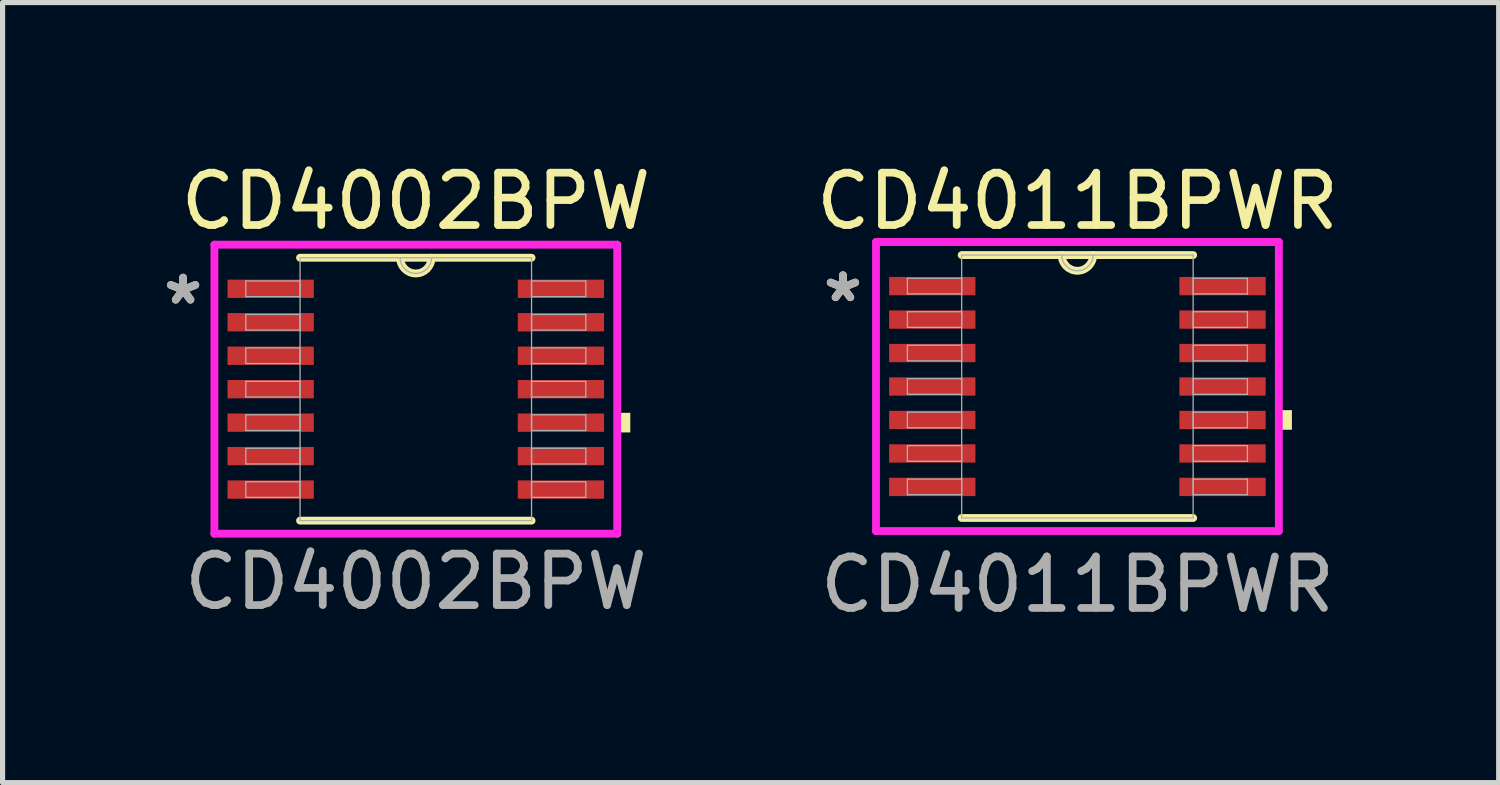
<source format=kicad_pcb>
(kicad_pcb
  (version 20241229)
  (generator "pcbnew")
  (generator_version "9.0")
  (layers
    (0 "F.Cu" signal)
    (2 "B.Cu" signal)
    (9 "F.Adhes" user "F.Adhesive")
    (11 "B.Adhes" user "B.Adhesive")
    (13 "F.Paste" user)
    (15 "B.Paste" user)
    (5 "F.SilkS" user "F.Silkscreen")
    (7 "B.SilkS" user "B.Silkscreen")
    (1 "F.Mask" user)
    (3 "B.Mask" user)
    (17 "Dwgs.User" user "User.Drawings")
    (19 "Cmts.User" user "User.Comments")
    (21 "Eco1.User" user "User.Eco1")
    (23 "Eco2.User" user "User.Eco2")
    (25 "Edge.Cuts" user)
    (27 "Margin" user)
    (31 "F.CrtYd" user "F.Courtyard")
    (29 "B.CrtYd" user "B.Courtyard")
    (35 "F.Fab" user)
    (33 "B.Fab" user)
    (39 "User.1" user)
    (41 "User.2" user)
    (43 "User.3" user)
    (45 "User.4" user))
  (footprint "CD4011BPWR"
    (layer "F.Cu")
    (at 17.876 4.457)
    (property "Reference" "CD4011BPWR" (at 0.002 -3.599 0) (unlocked yes) (layer "F.SilkS") (effects (font (size 1.016 1.016) (thickness 0.15))))
    (attr smd)
    (fp_line (start -2.248 2.553) (end 2.248 2.553) (stroke (width 0.152) (type solid)) (layer "F.SilkS"))
    (fp_line (start 2.248 -2.553) (end -2.248 -2.553) (stroke (width 0.152) (type solid)) (layer "F.SilkS"))
    (fp_arc (start 0.3048 -2.5527) (mid 0 -2.2479) (end -0.3048 -2.5527) (stroke (width 0.1524) (type solid)) (layer "F.SilkS"))
    (fp_poly (pts (xy 4.166 0.459) (xy 4.166 0.84) (xy 3.912 0.84) (xy 3.912 0.459)) (stroke (width 0) (type solid)) (fill yes) (layer "F.SilkS"))
    (fp_line (start -3.912 -2.807) (end 3.912 -2.807) (stroke (width 0.152) (type solid)) (layer "F.CrtYd"))
    (fp_line (start -3.912 2.807) (end -3.912 -2.807) (stroke (width 0.152) (type solid)) (layer "F.CrtYd"))
    (fp_line (start 3.912 -2.807) (end 3.912 2.807) (stroke (width 0.152) (type solid)) (layer "F.CrtYd"))
    (fp_line (start 3.912 2.807) (end -3.912 2.807) (stroke (width 0.152) (type solid)) (layer "F.CrtYd"))
    (fp_line (start -3.302 -2.102) (end -3.302 -1.798) (stroke (width 0.025) (type solid)) (layer "F.Fab"))
    (fp_line (start -3.302 -1.798) (end -2.248 -1.798) (stroke (width 0.025) (type solid)) (layer "F.Fab"))
    (fp_line (start -3.302 -1.452) (end -3.302 -1.148) (stroke (width 0.025) (type solid)) (layer "F.Fab"))
    (fp_line (start -3.302 -1.148) (end -2.248 -1.148) (stroke (width 0.025) (type solid)) (layer "F.Fab"))
    (fp_line (start -3.302 -0.802) (end -3.302 -0.498) (stroke (width 0.025) (type solid)) (layer "F.Fab"))
    (fp_line (start -3.302 -0.498) (end -2.248 -0.498) (stroke (width 0.025) (type solid)) (layer "F.Fab"))
    (fp_line (start -3.302 -0.152) (end -3.302 0.152) (stroke (width 0.025) (type solid)) (layer "F.Fab"))
    (fp_line (start -3.302 0.152) (end -2.248 0.152) (stroke (width 0.025) (type solid)) (layer "F.Fab"))
    (fp_line (start -3.302 0.498) (end -3.302 0.802) (stroke (width 0.025) (type solid)) (layer "F.Fab"))
    (fp_line (start -3.302 0.802) (end -2.248 0.802) (stroke (width 0.025) (type solid)) (layer "F.Fab"))
    (fp_line (start -3.302 1.148) (end -3.302 1.452) (stroke (width 0.025) (type solid)) (layer "F.Fab"))
    (fp_line (start -3.302 1.452) (end -2.248 1.452) (stroke (width 0.025) (type solid)) (layer "F.Fab"))
    (fp_line (start -3.302 1.798) (end -3.302 2.102) (stroke (width 0.025) (type solid)) (layer "F.Fab"))
    (fp_line (start -3.302 2.102) (end -2.248 2.102) (stroke (width 0.025) (type solid)) (layer "F.Fab"))
    (fp_line (start -2.248 -2.553) (end -2.248 2.553) (stroke (width 0.025) (type solid)) (layer "F.Fab"))
    (fp_line (start -2.248 -2.102) (end -3.302 -2.102) (stroke (width 0.025) (type solid)) (layer "F.Fab"))
    (fp_line (start -2.248 -1.798) (end -2.248 -2.102) (stroke (width 0.025) (type solid)) (layer "F.Fab"))
    (fp_line (start -2.248 -1.452) (end -3.302 -1.452) (stroke (width 0.025) (type solid)) (layer "F.Fab"))
    (fp_line (start -2.248 -1.148) (end -2.248 -1.452) (stroke (width 0.025) (type solid)) (layer "F.Fab"))
    (fp_line (start -2.248 -0.802) (end -3.302 -0.802) (stroke (width 0.025) (type solid)) (layer "F.Fab"))
    (fp_line (start -2.248 -0.498) (end -2.248 -0.802) (stroke (width 0.025) (type solid)) (layer "F.Fab"))
    (fp_line (start -2.248 -0.152) (end -3.302 -0.152) (stroke (width 0.025) (type solid)) (layer "F.Fab"))
    (fp_line (start -2.248 0.152) (end -2.248 -0.152) (stroke (width 0.025) (type solid)) (layer "F.Fab"))
    (fp_line (start -2.248 0.498) (end -3.302 0.498) (stroke (width 0.025) (type solid)) (layer "F.Fab"))
    (fp_line (start -2.248 0.802) (end -2.248 0.498) (stroke (width 0.025) (type solid)) (layer "F.Fab"))
    (fp_line (start -2.248 1.148) (end -3.302 1.148) (stroke (width 0.025) (type solid)) (layer "F.Fab"))
    (fp_line (start -2.248 1.452) (end -2.248 1.148) (stroke (width 0.025) (type solid)) (layer "F.Fab"))
    (fp_line (start -2.248 1.798) (end -3.302 1.798) (stroke (width 0.025) (type solid)) (layer "F.Fab"))
    (fp_line (start -2.248 2.102) (end -2.248 1.798) (stroke (width 0.025) (type solid)) (layer "F.Fab"))
    (fp_line (start -2.248 2.553) (end 2.248 2.553) (stroke (width 0.025) (type solid)) (layer "F.Fab"))
    (fp_line (start 2.248 -2.553) (end -2.248 -2.553) (stroke (width 0.025) (type solid)) (layer "F.Fab"))
    (fp_line (start 2.248 -2.102) (end 2.248 -1.798) (stroke (width 0.025) (type solid)) (layer "F.Fab"))
    (fp_line (start 2.248 -1.798) (end 3.302 -1.798) (stroke (width 0.025) (type solid)) (layer "F.Fab"))
    (fp_line (start 2.248 -1.452) (end 2.248 -1.148) (stroke (width 0.025) (type solid)) (layer "F.Fab"))
    (fp_line (start 2.248 -1.148) (end 3.302 -1.148) (stroke (width 0.025) (type solid)) (layer "F.Fab"))
    (fp_line (start 2.248 -0.802) (end 2.248 -0.498) (stroke (width 0.025) (type solid)) (layer "F.Fab"))
    (fp_line (start 2.248 -0.498) (end 3.302 -0.498) (stroke (width 0.025) (type solid)) (layer "F.Fab"))
    (fp_line (start 2.248 -0.152) (end 2.248 0.152) (stroke (width 0.025) (type solid)) (layer "F.Fab"))
    (fp_line (start 2.248 0.152) (end 3.302 0.152) (stroke (width 0.025) (type solid)) (layer "F.Fab"))
    (fp_line (start 2.248 0.498) (end 2.248 0.802) (stroke (width 0.025) (type solid)) (layer "F.Fab"))
    (fp_line (start 2.248 0.802) (end 3.302 0.802) (stroke (width 0.025) (type solid)) (layer "F.Fab"))
    (fp_line (start 2.248 1.148) (end 2.248 1.452) (stroke (width 0.025) (type solid)) (layer "F.Fab"))
    (fp_line (start 2.248 1.452) (end 3.302 1.452) (stroke (width 0.025) (type solid)) (layer "F.Fab"))
    (fp_line (start 2.248 1.798) (end 2.248 2.102) (stroke (width 0.025) (type solid)) (layer "F.Fab"))
    (fp_line (start 2.248 2.102) (end 3.302 2.102) (stroke (width 0.025) (type solid)) (layer "F.Fab"))
    (fp_line (start 2.248 2.553) (end 2.248 -2.553) (stroke (width 0.025) (type solid)) (layer "F.Fab"))
    (fp_line (start 3.302 -2.102) (end 2.248 -2.102) (stroke (width 0.025) (type solid)) (layer "F.Fab"))
    (fp_line (start 3.302 -1.798) (end 3.302 -2.102) (stroke (width 0.025) (type solid)) (layer "F.Fab"))
    (fp_line (start 3.302 -1.452) (end 2.248 -1.452) (stroke (width 0.025) (type solid)) (layer "F.Fab"))
    (fp_line (start 3.302 -1.148) (end 3.302 -1.452) (stroke (width 0.025) (type solid)) (layer "F.Fab"))
    (fp_line (start 3.302 -0.802) (end 2.248 -0.802) (stroke (width 0.025) (type solid)) (layer "F.Fab"))
    (fp_line (start 3.302 -0.498) (end 3.302 -0.802) (stroke (width 0.025) (type solid)) (layer "F.Fab"))
    (fp_line (start 3.302 -0.152) (end 2.248 -0.152) (stroke (width 0.025) (type solid)) (layer "F.Fab"))
    (fp_line (start 3.302 0.152) (end 3.302 -0.152) (stroke (width 0.025) (type solid)) (layer "F.Fab"))
    (fp_line (start 3.302 0.498) (end 2.248 0.498) (stroke (width 0.025) (type solid)) (layer "F.Fab"))
    (fp_line (start 3.302 0.802) (end 3.302 0.498) (stroke (width 0.025) (type solid)) (layer "F.Fab"))
    (fp_line (start 3.302 1.148) (end 2.248 1.148) (stroke (width 0.025) (type solid)) (layer "F.Fab"))
    (fp_line (start 3.302 1.452) (end 3.302 1.148) (stroke (width 0.025) (type solid)) (layer "F.Fab"))
    (fp_line (start 3.302 1.798) (end 2.248 1.798) (stroke (width 0.025) (type solid)) (layer "F.Fab"))
    (fp_line (start 3.302 2.102) (end 3.302 1.798) (stroke (width 0.025) (type solid)) (layer "F.Fab"))
    (fp_arc (start 0.3048 -2.5527) (mid 0 -2.2479) (end -0.3048 -2.5527) (stroke (width 0.0254) (type solid)) (layer "F.Fab"))
    (fp_text user "*" (at -4.554 -1.617 0) (layer "F.SilkS") (effects (font (size 1 1) (thickness 0.15))))
    (fp_text user "*" (at -4.554 -1.617 0) (layer "F.Fab") (effects (font (size 1 1) (thickness 0.15))))
    (fp_text user "${REFERENCE}" (at 0.002 3.846 0) (unlocked yes) (layer "F.Fab") (effects (font (size 1 1) (thickness 0.15))))
    (pad "1" smd rect (at -2.819 -1.95) (size 1.676 0.356) (layers "F.Cu" "F.Mask" "F.Paste"))
    (pad "2" smd rect (at -2.819 -1.3) (size 1.676 0.356) (layers "F.Cu" "F.Mask" "F.Paste"))
    (pad "3" smd rect (at -2.819 -0.65) (size 1.676 0.356) (layers "F.Cu" "F.Mask" "F.Paste"))
    (pad "4" smd rect (at -2.819 0) (size 1.676 0.356) (layers "F.Cu" "F.Mask" "F.Paste"))
    (pad "5" smd rect (at -2.819 0.65) (size 1.676 0.356) (layers "F.Cu" "F.Mask" "F.Paste"))
    (pad "6" smd rect (at -2.819 1.3) (size 1.676 0.356) (layers "F.Cu" "F.Mask" "F.Paste"))
    (pad "7" smd rect (at -2.819 1.95) (size 1.676 0.356) (layers "F.Cu" "F.Mask" "F.Paste"))
    (pad "8" smd rect (at 2.819 1.95) (size 1.676 0.356) (layers "F.Cu" "F.Mask" "F.Paste"))
    (pad "9" smd rect (at 2.819 1.3) (size 1.676 0.356) (layers "F.Cu" "F.Mask" "F.Paste"))
    (pad "10" smd rect (at 2.819 0.65) (size 1.676 0.356) (layers "F.Cu" "F.Mask" "F.Paste"))
    (pad "11" smd rect (at 2.819 0) (size 1.676 0.356) (layers "F.Cu" "F.Mask" "F.Paste"))
    (pad "12" smd rect (at 2.819 -0.65) (size 1.676 0.356) (layers "F.Cu" "F.Mask" "F.Paste"))
    (pad "13" smd rect (at 2.819 -1.3) (size 1.676 0.356) (layers "F.Cu" "F.Mask" "F.Paste"))
    (pad "14" smd rect (at 2.819 -1.95) (size 1.676 0.356) (layers "F.Cu" "F.Mask" "F.Paste")))
  (footprint "CD4002BPW"
    (layer "F.Cu")
    (at 5.026 4.509)
    (property "Reference" "CD4002BPW" (at 0.002 -3.651 0) (unlocked yes) (layer "F.SilkS") (effects (font (size 1.016 1.016) (thickness 0.15))))
    (attr smd)
    (fp_line (start -2.248 2.553) (end 2.248 2.553) (stroke (width 0.152) (type solid)) (layer "F.SilkS"))
    (fp_line (start 2.248 -2.553) (end -2.248 -2.553) (stroke (width 0.152) (type solid)) (layer "F.SilkS"))
    (fp_arc (start 0.3048 -2.5527) (mid 0 -2.2479) (end -0.3048 -2.5527) (stroke (width 0.1524) (type solid)) (layer "F.SilkS"))
    (fp_poly (pts (xy 4.166 0.459) (xy 4.166 0.84) (xy 3.912 0.84) (xy 3.912 0.459)) (stroke (width 0) (type solid)) (fill yes) (layer "F.SilkS"))
    (fp_line (start -3.912 -2.807) (end 3.912 -2.807) (stroke (width 0.152) (type solid)) (layer "F.CrtYd"))
    (fp_line (start -3.912 2.807) (end -3.912 -2.807) (stroke (width 0.152) (type solid)) (layer "F.CrtYd"))
    (fp_line (start 3.912 -2.807) (end 3.912 2.807) (stroke (width 0.152) (type solid)) (layer "F.CrtYd"))
    (fp_line (start 3.912 2.807) (end -3.912 2.807) (stroke (width 0.152) (type solid)) (layer "F.CrtYd"))
    (fp_line (start -3.302 -2.102) (end -3.302 -1.798) (stroke (width 0.025) (type solid)) (layer "F.Fab"))
    (fp_line (start -3.302 -1.798) (end -2.248 -1.798) (stroke (width 0.025) (type solid)) (layer "F.Fab"))
    (fp_line (start -3.302 -1.452) (end -3.302 -1.148) (stroke (width 0.025) (type solid)) (layer "F.Fab"))
    (fp_line (start -3.302 -1.148) (end -2.248 -1.148) (stroke (width 0.025) (type solid)) (layer "F.Fab"))
    (fp_line (start -3.302 -0.802) (end -3.302 -0.498) (stroke (width 0.025) (type solid)) (layer "F.Fab"))
    (fp_line (start -3.302 -0.498) (end -2.248 -0.498) (stroke (width 0.025) (type solid)) (layer "F.Fab"))
    (fp_line (start -3.302 -0.152) (end -3.302 0.152) (stroke (width 0.025) (type solid)) (layer "F.Fab"))
    (fp_line (start -3.302 0.152) (end -2.248 0.152) (stroke (width 0.025) (type solid)) (layer "F.Fab"))
    (fp_line (start -3.302 0.498) (end -3.302 0.802) (stroke (width 0.025) (type solid)) (layer "F.Fab"))
    (fp_line (start -3.302 0.802) (end -2.248 0.802) (stroke (width 0.025) (type solid)) (layer "F.Fab"))
    (fp_line (start -3.302 1.148) (end -3.302 1.452) (stroke (width 0.025) (type solid)) (layer "F.Fab"))
    (fp_line (start -3.302 1.452) (end -2.248 1.452) (stroke (width 0.025) (type solid)) (layer "F.Fab"))
    (fp_line (start -3.302 1.798) (end -3.302 2.102) (stroke (width 0.025) (type solid)) (layer "F.Fab"))
    (fp_line (start -3.302 2.102) (end -2.248 2.102) (stroke (width 0.025) (type solid)) (layer "F.Fab"))
    (fp_line (start -2.248 -2.553) (end -2.248 2.553) (stroke (width 0.025) (type solid)) (layer "F.Fab"))
    (fp_line (start -2.248 -2.102) (end -3.302 -2.102) (stroke (width 0.025) (type solid)) (layer "F.Fab"))
    (fp_line (start -2.248 -1.798) (end -2.248 -2.102) (stroke (width 0.025) (type solid)) (layer "F.Fab"))
    (fp_line (start -2.248 -1.452) (end -3.302 -1.452) (stroke (width 0.025) (type solid)) (layer "F.Fab"))
    (fp_line (start -2.248 -1.148) (end -2.248 -1.452) (stroke (width 0.025) (type solid)) (layer "F.Fab"))
    (fp_line (start -2.248 -0.802) (end -3.302 -0.802) (stroke (width 0.025) (type solid)) (layer "F.Fab"))
    (fp_line (start -2.248 -0.498) (end -2.248 -0.802) (stroke (width 0.025) (type solid)) (layer "F.Fab"))
    (fp_line (start -2.248 -0.152) (end -3.302 -0.152) (stroke (width 0.025) (type solid)) (layer "F.Fab"))
    (fp_line (start -2.248 0.152) (end -2.248 -0.152) (stroke (width 0.025) (type solid)) (layer "F.Fab"))
    (fp_line (start -2.248 0.498) (end -3.302 0.498) (stroke (width 0.025) (type solid)) (layer "F.Fab"))
    (fp_line (start -2.248 0.802) (end -2.248 0.498) (stroke (width 0.025) (type solid)) (layer "F.Fab"))
    (fp_line (start -2.248 1.148) (end -3.302 1.148) (stroke (width 0.025) (type solid)) (layer "F.Fab"))
    (fp_line (start -2.248 1.452) (end -2.248 1.148) (stroke (width 0.025) (type solid)) (layer "F.Fab"))
    (fp_line (start -2.248 1.798) (end -3.302 1.798) (stroke (width 0.025) (type solid)) (layer "F.Fab"))
    (fp_line (start -2.248 2.102) (end -2.248 1.798) (stroke (width 0.025) (type solid)) (layer "F.Fab"))
    (fp_line (start -2.248 2.553) (end 2.248 2.553) (stroke (width 0.025) (type solid)) (layer "F.Fab"))
    (fp_line (start 2.248 -2.553) (end -2.248 -2.553) (stroke (width 0.025) (type solid)) (layer "F.Fab"))
    (fp_line (start 2.248 -2.102) (end 2.248 -1.798) (stroke (width 0.025) (type solid)) (layer "F.Fab"))
    (fp_line (start 2.248 -1.798) (end 3.302 -1.798) (stroke (width 0.025) (type solid)) (layer "F.Fab"))
    (fp_line (start 2.248 -1.452) (end 2.248 -1.148) (stroke (width 0.025) (type solid)) (layer "F.Fab"))
    (fp_line (start 2.248 -1.148) (end 3.302 -1.148) (stroke (width 0.025) (type solid)) (layer "F.Fab"))
    (fp_line (start 2.248 -0.802) (end 2.248 -0.498) (stroke (width 0.025) (type solid)) (layer "F.Fab"))
    (fp_line (start 2.248 -0.498) (end 3.302 -0.498) (stroke (width 0.025) (type solid)) (layer "F.Fab"))
    (fp_line (start 2.248 -0.152) (end 2.248 0.152) (stroke (width 0.025) (type solid)) (layer "F.Fab"))
    (fp_line (start 2.248 0.152) (end 3.302 0.152) (stroke (width 0.025) (type solid)) (layer "F.Fab"))
    (fp_line (start 2.248 0.498) (end 2.248 0.802) (stroke (width 0.025) (type solid)) (layer "F.Fab"))
    (fp_line (start 2.248 0.802) (end 3.302 0.802) (stroke (width 0.025) (type solid)) (layer "F.Fab"))
    (fp_line (start 2.248 1.148) (end 2.248 1.452) (stroke (width 0.025) (type solid)) (layer "F.Fab"))
    (fp_line (start 2.248 1.452) (end 3.302 1.452) (stroke (width 0.025) (type solid)) (layer "F.Fab"))
    (fp_line (start 2.248 1.798) (end 2.248 2.102) (stroke (width 0.025) (type solid)) (layer "F.Fab"))
    (fp_line (start 2.248 2.102) (end 3.302 2.102) (stroke (width 0.025) (type solid)) (layer "F.Fab"))
    (fp_line (start 2.248 2.553) (end 2.248 -2.553) (stroke (width 0.025) (type solid)) (layer "F.Fab"))
    (fp_line (start 3.302 -2.102) (end 2.248 -2.102) (stroke (width 0.025) (type solid)) (layer "F.Fab"))
    (fp_line (start 3.302 -1.798) (end 3.302 -2.102) (stroke (width 0.025) (type solid)) (layer "F.Fab"))
    (fp_line (start 3.302 -1.452) (end 2.248 -1.452) (stroke (width 0.025) (type solid)) (layer "F.Fab"))
    (fp_line (start 3.302 -1.148) (end 3.302 -1.452) (stroke (width 0.025) (type solid)) (layer "F.Fab"))
    (fp_line (start 3.302 -0.802) (end 2.248 -0.802) (stroke (width 0.025) (type solid)) (layer "F.Fab"))
    (fp_line (start 3.302 -0.498) (end 3.302 -0.802) (stroke (width 0.025) (type solid)) (layer "F.Fab"))
    (fp_line (start 3.302 -0.152) (end 2.248 -0.152) (stroke (width 0.025) (type solid)) (layer "F.Fab"))
    (fp_line (start 3.302 0.152) (end 3.302 -0.152) (stroke (width 0.025) (type solid)) (layer "F.Fab"))
    (fp_line (start 3.302 0.498) (end 2.248 0.498) (stroke (width 0.025) (type solid)) (layer "F.Fab"))
    (fp_line (start 3.302 0.802) (end 3.302 0.498) (stroke (width 0.025) (type solid)) (layer "F.Fab"))
    (fp_line (start 3.302 1.148) (end 2.248 1.148) (stroke (width 0.025) (type solid)) (layer "F.Fab"))
    (fp_line (start 3.302 1.452) (end 3.302 1.148) (stroke (width 0.025) (type solid)) (layer "F.Fab"))
    (fp_line (start 3.302 1.798) (end 2.248 1.798) (stroke (width 0.025) (type solid)) (layer "F.Fab"))
    (fp_line (start 3.302 2.102) (end 3.302 1.798) (stroke (width 0.025) (type solid)) (layer "F.Fab"))
    (fp_arc (start 0.3048 -2.5527) (mid 0 -2.2479) (end -0.3048 -2.5527) (stroke (width 0.0254) (type solid)) (layer "F.Fab"))
    (fp_text user "*" (at -4.52 -1.622 0) (layer "F.SilkS") (effects (font (size 1 1) (thickness 0.15))))
    (fp_text user "*" (at -4.52 -1.622 0) (layer "F.Fab") (effects (font (size 1 1) (thickness 0.15))))
    (fp_text user "${REFERENCE}" (at 0.002 3.738 0) (unlocked yes) (layer "F.Fab") (effects (font (size 1 1) (thickness 0.15))))
    (pad "1" smd rect (at -2.819 -1.95) (size 1.676 0.356) (layers "F.Cu" "F.Mask" "F.Paste"))
    (pad "2" smd rect (at -2.819 -1.3) (size 1.676 0.356) (layers "F.Cu" "F.Mask" "F.Paste"))
    (pad "3" smd rect (at -2.819 -0.65) (size 1.676 0.356) (layers "F.Cu" "F.Mask" "F.Paste"))
    (pad "4" smd rect (at -2.819 0) (size 1.676 0.356) (layers "F.Cu" "F.Mask" "F.Paste"))
    (pad "5" smd rect (at -2.819 0.65) (size 1.676 0.356) (layers "F.Cu" "F.Mask" "F.Paste"))
    (pad "6" smd rect (at -2.819 1.3) (size 1.676 0.356) (layers "F.Cu" "F.Mask" "F.Paste"))
    (pad "7" smd rect (at -2.819 1.95) (size 1.676 0.356) (layers "F.Cu" "F.Mask" "F.Paste"))
    (pad "8" smd rect (at 2.819 1.95) (size 1.676 0.356) (layers "F.Cu" "F.Mask" "F.Paste"))
    (pad "9" smd rect (at 2.819 1.3) (size 1.676 0.356) (layers "F.Cu" "F.Mask" "F.Paste"))
    (pad "10" smd rect (at 2.819 0.65) (size 1.676 0.356) (layers "F.Cu" "F.Mask" "F.Paste"))
    (pad "11" smd rect (at 2.819 0) (size 1.676 0.356) (layers "F.Cu" "F.Mask" "F.Paste"))
    (pad "12" smd rect (at 2.819 -0.65) (size 1.676 0.356) (layers "F.Cu" "F.Mask" "F.Paste"))
    (pad "13" smd rect (at 2.819 -1.3) (size 1.676 0.356) (layers "F.Cu" "F.Mask" "F.Paste"))
    (pad "14" smd rect (at 2.819 -1.95) (size 1.676 0.356) (layers "F.Cu" "F.Mask" "F.Paste")))
  (gr_rect
    (start -3 -3)
    (end 26.058 12.151)
    (stroke (width 0.1) (type default))
    (fill no)
    (layer "Edge.Cuts")))
</source>
